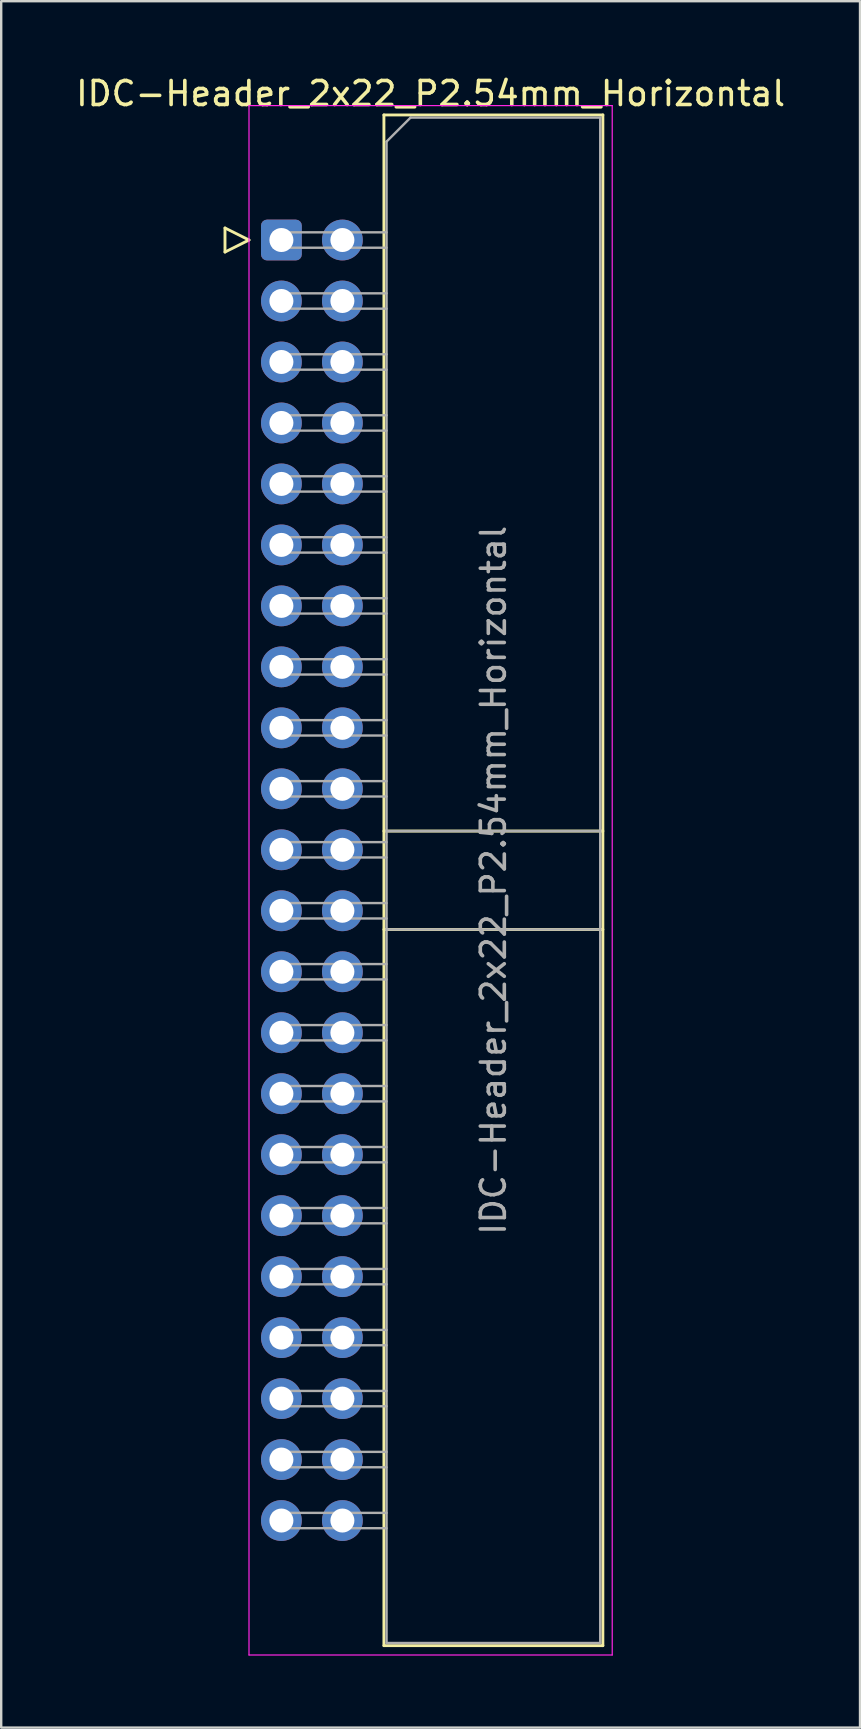
<source format=kicad_pcb>
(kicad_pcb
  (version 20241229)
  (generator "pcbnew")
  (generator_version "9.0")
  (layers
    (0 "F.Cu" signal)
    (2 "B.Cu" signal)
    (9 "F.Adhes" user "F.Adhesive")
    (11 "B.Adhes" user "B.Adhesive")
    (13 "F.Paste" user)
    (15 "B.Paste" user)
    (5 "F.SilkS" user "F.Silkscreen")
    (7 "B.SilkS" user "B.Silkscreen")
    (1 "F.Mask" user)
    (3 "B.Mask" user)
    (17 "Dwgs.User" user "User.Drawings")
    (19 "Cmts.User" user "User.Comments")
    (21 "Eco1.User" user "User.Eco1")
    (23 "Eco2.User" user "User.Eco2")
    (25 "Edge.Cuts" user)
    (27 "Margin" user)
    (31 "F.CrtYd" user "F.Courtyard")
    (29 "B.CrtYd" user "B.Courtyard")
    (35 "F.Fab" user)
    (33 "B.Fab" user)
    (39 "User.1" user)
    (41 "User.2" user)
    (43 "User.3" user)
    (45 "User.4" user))
  (footprint "IDC-Header_2x22_P2.54mm_Horizontal"
    (layer "F.Cu")
    (at 8.672 6.948)
    (property "Reference" "IDC-Header_2x22_P2.54mm_Horizontal" (at 6.215 -6.1 0) (layer "F.SilkS") (effects (font (size 1 1) (thickness 0.15))))
    (attr through_hole)
    (fp_line (start -2.35 -0.5) (end -2.35 0.5) (stroke (width 0.12) (type solid)) (layer "F.SilkS"))
    (fp_line (start -2.35 0.5) (end -1.35 0) (stroke (width 0.12) (type solid)) (layer "F.SilkS"))
    (fp_line (start -1.35 0) (end -2.35 -0.5) (stroke (width 0.12) (type solid)) (layer "F.SilkS"))
    (fp_line (start 4.27 -5.21) (end 13.39 -5.21) (stroke (width 0.12) (type solid)) (layer "F.SilkS"))
    (fp_line (start 4.27 24.62) (end 13.39 24.62) (stroke (width 0.12) (type solid)) (layer "F.SilkS"))
    (fp_line (start 4.27 28.72) (end 13.39 28.72) (stroke (width 0.12) (type solid)) (layer "F.SilkS"))
    (fp_line (start 4.27 58.55) (end 4.27 -5.21) (stroke (width 0.12) (type solid)) (layer "F.SilkS"))
    (fp_line (start 13.39 -5.21) (end 13.39 58.55) (stroke (width 0.12) (type solid)) (layer "F.SilkS"))
    (fp_line (start 13.39 58.55) (end 4.27 58.55) (stroke (width 0.12) (type solid)) (layer "F.SilkS"))
    (fp_line (start -1.35 -5.6) (end -1.35 58.94) (stroke (width 0.05) (type solid)) (layer "F.CrtYd"))
    (fp_line (start -1.35 58.94) (end 13.78 58.94) (stroke (width 0.05) (type solid)) (layer "F.CrtYd"))
    (fp_line (start 13.78 -5.6) (end -1.35 -5.6) (stroke (width 0.05) (type solid)) (layer "F.CrtYd"))
    (fp_line (start 13.78 58.94) (end 13.78 -5.6) (stroke (width 0.05) (type solid)) (layer "F.CrtYd"))
    (fp_line (start -0.32 -0.32) (end -0.32 0.32) (stroke (width 0.1) (type solid)) (layer "F.Fab"))
    (fp_line (start -0.32 0.32) (end 4.38 0.32) (stroke (width 0.1) (type solid)) (layer "F.Fab"))
    (fp_line (start -0.32 2.22) (end -0.32 2.86) (stroke (width 0.1) (type solid)) (layer "F.Fab"))
    (fp_line (start -0.32 2.86) (end 4.38 2.86) (stroke (width 0.1) (type solid)) (layer "F.Fab"))
    (fp_line (start -0.32 4.76) (end -0.32 5.4) (stroke (width 0.1) (type solid)) (layer "F.Fab"))
    (fp_line (start -0.32 5.4) (end 4.38 5.4) (stroke (width 0.1) (type solid)) (layer "F.Fab"))
    (fp_line (start -0.32 7.3) (end -0.32 7.94) (stroke (width 0.1) (type solid)) (layer "F.Fab"))
    (fp_line (start -0.32 7.94) (end 4.38 7.94) (stroke (width 0.1) (type solid)) (layer "F.Fab"))
    (fp_line (start -0.32 9.84) (end -0.32 10.48) (stroke (width 0.1) (type solid)) (layer "F.Fab"))
    (fp_line (start -0.32 10.48) (end 4.38 10.48) (stroke (width 0.1) (type solid)) (layer "F.Fab"))
    (fp_line (start -0.32 12.38) (end -0.32 13.02) (stroke (width 0.1) (type solid)) (layer "F.Fab"))
    (fp_line (start -0.32 13.02) (end 4.38 13.02) (stroke (width 0.1) (type solid)) (layer "F.Fab"))
    (fp_line (start -0.32 14.92) (end -0.32 15.56) (stroke (width 0.1) (type solid)) (layer "F.Fab"))
    (fp_line (start -0.32 15.56) (end 4.38 15.56) (stroke (width 0.1) (type solid)) (layer "F.Fab"))
    (fp_line (start -0.32 17.46) (end -0.32 18.1) (stroke (width 0.1) (type solid)) (layer "F.Fab"))
    (fp_line (start -0.32 18.1) (end 4.38 18.1) (stroke (width 0.1) (type solid)) (layer "F.Fab"))
    (fp_line (start -0.32 20) (end -0.32 20.64) (stroke (width 0.1) (type solid)) (layer "F.Fab"))
    (fp_line (start -0.32 20.64) (end 4.38 20.64) (stroke (width 0.1) (type solid)) (layer "F.Fab"))
    (fp_line (start -0.32 22.54) (end -0.32 23.18) (stroke (width 0.1) (type solid)) (layer "F.Fab"))
    (fp_line (start -0.32 23.18) (end 4.38 23.18) (stroke (width 0.1) (type solid)) (layer "F.Fab"))
    (fp_line (start -0.32 25.08) (end -0.32 25.72) (stroke (width 0.1) (type solid)) (layer "F.Fab"))
    (fp_line (start -0.32 25.72) (end 4.38 25.72) (stroke (width 0.1) (type solid)) (layer "F.Fab"))
    (fp_line (start -0.32 27.62) (end -0.32 28.26) (stroke (width 0.1) (type solid)) (layer "F.Fab"))
    (fp_line (start -0.32 28.26) (end 4.38 28.26) (stroke (width 0.1) (type solid)) (layer "F.Fab"))
    (fp_line (start -0.32 30.16) (end -0.32 30.8) (stroke (width 0.1) (type solid)) (layer "F.Fab"))
    (fp_line (start -0.32 30.8) (end 4.38 30.8) (stroke (width 0.1) (type solid)) (layer "F.Fab"))
    (fp_line (start -0.32 32.7) (end -0.32 33.34) (stroke (width 0.1) (type solid)) (layer "F.Fab"))
    (fp_line (start -0.32 33.34) (end 4.38 33.34) (stroke (width 0.1) (type solid)) (layer "F.Fab"))
    (fp_line (start -0.32 35.24) (end -0.32 35.88) (stroke (width 0.1) (type solid)) (layer "F.Fab"))
    (fp_line (start -0.32 35.88) (end 4.38 35.88) (stroke (width 0.1) (type solid)) (layer "F.Fab"))
    (fp_line (start -0.32 37.78) (end -0.32 38.42) (stroke (width 0.1) (type solid)) (layer "F.Fab"))
    (fp_line (start -0.32 38.42) (end 4.38 38.42) (stroke (width 0.1) (type solid)) (layer "F.Fab"))
    (fp_line (start -0.32 40.32) (end -0.32 40.96) (stroke (width 0.1) (type solid)) (layer "F.Fab"))
    (fp_line (start -0.32 40.96) (end 4.38 40.96) (stroke (width 0.1) (type solid)) (layer "F.Fab"))
    (fp_line (start -0.32 42.86) (end -0.32 43.5) (stroke (width 0.1) (type solid)) (layer "F.Fab"))
    (fp_line (start -0.32 43.5) (end 4.38 43.5) (stroke (width 0.1) (type solid)) (layer "F.Fab"))
    (fp_line (start -0.32 45.4) (end -0.32 46.04) (stroke (width 0.1) (type solid)) (layer "F.Fab"))
    (fp_line (start -0.32 46.04) (end 4.38 46.04) (stroke (width 0.1) (type solid)) (layer "F.Fab"))
    (fp_line (start -0.32 47.94) (end -0.32 48.58) (stroke (width 0.1) (type solid)) (layer "F.Fab"))
    (fp_line (start -0.32 48.58) (end 4.38 48.58) (stroke (width 0.1) (type solid)) (layer "F.Fab"))
    (fp_line (start -0.32 50.48) (end -0.32 51.12) (stroke (width 0.1) (type solid)) (layer "F.Fab"))
    (fp_line (start -0.32 51.12) (end 4.38 51.12) (stroke (width 0.1) (type solid)) (layer "F.Fab"))
    (fp_line (start -0.32 53.02) (end -0.32 53.66) (stroke (width 0.1) (type solid)) (layer "F.Fab"))
    (fp_line (start -0.32 53.66) (end 4.38 53.66) (stroke (width 0.1) (type solid)) (layer "F.Fab"))
    (fp_line (start 4.38 -4.1) (end 5.38 -5.1) (stroke (width 0.1) (type solid)) (layer "F.Fab"))
    (fp_line (start 4.38 -0.32) (end -0.32 -0.32) (stroke (width 0.1) (type solid)) (layer "F.Fab"))
    (fp_line (start 4.38 2.22) (end -0.32 2.22) (stroke (width 0.1) (type solid)) (layer "F.Fab"))
    (fp_line (start 4.38 4.76) (end -0.32 4.76) (stroke (width 0.1) (type solid)) (layer "F.Fab"))
    (fp_line (start 4.38 7.3) (end -0.32 7.3) (stroke (width 0.1) (type solid)) (layer "F.Fab"))
    (fp_line (start 4.38 9.84) (end -0.32 9.84) (stroke (width 0.1) (type solid)) (layer "F.Fab"))
    (fp_line (start 4.38 12.38) (end -0.32 12.38) (stroke (width 0.1) (type solid)) (layer "F.Fab"))
    (fp_line (start 4.38 14.92) (end -0.32 14.92) (stroke (width 0.1) (type solid)) (layer "F.Fab"))
    (fp_line (start 4.38 17.46) (end -0.32 17.46) (stroke (width 0.1) (type solid)) (layer "F.Fab"))
    (fp_line (start 4.38 20) (end -0.32 20) (stroke (width 0.1) (type solid)) (layer "F.Fab"))
    (fp_line (start 4.38 22.54) (end -0.32 22.54) (stroke (width 0.1) (type solid)) (layer "F.Fab"))
    (fp_line (start 4.38 24.62) (end 13.28 24.62) (stroke (width 0.1) (type solid)) (layer "F.Fab"))
    (fp_line (start 4.38 25.08) (end -0.32 25.08) (stroke (width 0.1) (type solid)) (layer "F.Fab"))
    (fp_line (start 4.38 27.62) (end -0.32 27.62) (stroke (width 0.1) (type solid)) (layer "F.Fab"))
    (fp_line (start 4.38 28.72) (end 13.28 28.72) (stroke (width 0.1) (type solid)) (layer "F.Fab"))
    (fp_line (start 4.38 30.16) (end -0.32 30.16) (stroke (width 0.1) (type solid)) (layer "F.Fab"))
    (fp_line (start 4.38 32.7) (end -0.32 32.7) (stroke (width 0.1) (type solid)) (layer "F.Fab"))
    (fp_line (start 4.38 35.24) (end -0.32 35.24) (stroke (width 0.1) (type solid)) (layer "F.Fab"))
    (fp_line (start 4.38 37.78) (end -0.32 37.78) (stroke (width 0.1) (type solid)) (layer "F.Fab"))
    (fp_line (start 4.38 40.32) (end -0.32 40.32) (stroke (width 0.1) (type solid)) (layer "F.Fab"))
    (fp_line (start 4.38 42.86) (end -0.32 42.86) (stroke (width 0.1) (type solid)) (layer "F.Fab"))
    (fp_line (start 4.38 45.4) (end -0.32 45.4) (stroke (width 0.1) (type solid)) (layer "F.Fab"))
    (fp_line (start 4.38 47.94) (end -0.32 47.94) (stroke (width 0.1) (type solid)) (layer "F.Fab"))
    (fp_line (start 4.38 50.48) (end -0.32 50.48) (stroke (width 0.1) (type solid)) (layer "F.Fab"))
    (fp_line (start 4.38 53.02) (end -0.32 53.02) (stroke (width 0.1) (type solid)) (layer "F.Fab"))
    (fp_line (start 4.38 58.44) (end 4.38 -4.1) (stroke (width 0.1) (type solid)) (layer "F.Fab"))
    (fp_line (start 5.38 -5.1) (end 13.28 -5.1) (stroke (width 0.1) (type solid)) (layer "F.Fab"))
    (fp_line (start 13.28 -5.1) (end 13.28 58.44) (stroke (width 0.1) (type solid)) (layer "F.Fab"))
    (fp_line (start 13.28 58.44) (end 4.38 58.44) (stroke (width 0.1) (type solid)) (layer "F.Fab"))
    (fp_text user "${REFERENCE}" (at 8.83 26.67 90) (layer "F.Fab") (effects (font (size 1 1) (thickness 0.15))))
    (pad "1" thru_hole roundrect (at 0 0) (size 1.7 1.7) (drill 1) (layers "*.Cu" "*.Mask") (roundrect_rratio 0.147))
    (pad "2" thru_hole circle (at 0 2.54) (size 1.7 1.7) (drill 1) (layers "*.Cu" "*.Mask"))
    (pad "3" thru_hole circle (at 0 5.08) (size 1.7 1.7) (drill 1) (layers "*.Cu" "*.Mask"))
    (pad "4" thru_hole circle (at 0 7.62) (size 1.7 1.7) (drill 1) (layers "*.Cu" "*.Mask"))
    (pad "5" thru_hole circle (at 0 10.16) (size 1.7 1.7) (drill 1) (layers "*.Cu" "*.Mask"))
    (pad "6" thru_hole circle (at 0 12.7) (size 1.7 1.7) (drill 1) (layers "*.Cu" "*.Mask"))
    (pad "7" thru_hole circle (at 0 15.24) (size 1.7 1.7) (drill 1) (layers "*.Cu" "*.Mask"))
    (pad "8" thru_hole circle (at 0 17.78) (size 1.7 1.7) (drill 1) (layers "*.Cu" "*.Mask"))
    (pad "9" thru_hole circle (at 0 20.32) (size 1.7 1.7) (drill 1) (layers "*.Cu" "*.Mask"))
    (pad "10" thru_hole circle (at 0 22.86) (size 1.7 1.7) (drill 1) (layers "*.Cu" "*.Mask"))
    (pad "11" thru_hole circle (at 0 25.4) (size 1.7 1.7) (drill 1) (layers "*.Cu" "*.Mask"))
    (pad "12" thru_hole circle (at 0 27.94) (size 1.7 1.7) (drill 1) (layers "*.Cu" "*.Mask"))
    (pad "13" thru_hole circle (at 0 30.48) (size 1.7 1.7) (drill 1) (layers "*.Cu" "*.Mask"))
    (pad "14" thru_hole circle (at 0 33.02) (size 1.7 1.7) (drill 1) (layers "*.Cu" "*.Mask"))
    (pad "15" thru_hole circle (at 0 35.56) (size 1.7 1.7) (drill 1) (layers "*.Cu" "*.Mask"))
    (pad "16" thru_hole circle (at 0 38.1) (size 1.7 1.7) (drill 1) (layers "*.Cu" "*.Mask"))
    (pad "17" thru_hole circle (at 0 40.64) (size 1.7 1.7) (drill 1) (layers "*.Cu" "*.Mask"))
    (pad "18" thru_hole circle (at 0 43.18) (size 1.7 1.7) (drill 1) (layers "*.Cu" "*.Mask"))
    (pad "19" thru_hole circle (at 0 45.72) (size 1.7 1.7) (drill 1) (layers "*.Cu" "*.Mask"))
    (pad "20" thru_hole circle (at 0 48.26) (size 1.7 1.7) (drill 1) (layers "*.Cu" "*.Mask"))
    (pad "21" thru_hole circle (at 0 50.8) (size 1.7 1.7) (drill 1) (layers "*.Cu" "*.Mask"))
    (pad "22" thru_hole circle (at 0 53.34) (size 1.7 1.7) (drill 1) (layers "*.Cu" "*.Mask"))
    (pad "A" thru_hole circle (at 2.54 0) (size 1.7 1.7) (drill 1) (layers "*.Cu" "*.Mask"))
    (pad "B" thru_hole circle (at 2.54 2.54) (size 1.7 1.7) (drill 1) (layers "*.Cu" "*.Mask"))
    (pad "C" thru_hole circle (at 2.54 5.08) (size 1.7 1.7) (drill 1) (layers "*.Cu" "*.Mask"))
    (pad "D" thru_hole circle (at 2.54 7.62) (size 1.7 1.7) (drill 1) (layers "*.Cu" "*.Mask"))
    (pad "E" thru_hole circle (at 2.54 10.16) (size 1.7 1.7) (drill 1) (layers "*.Cu" "*.Mask"))
    (pad "F" thru_hole circle (at 2.54 12.7) (size 1.7 1.7) (drill 1) (layers "*.Cu" "*.Mask"))
    (pad "H" thru_hole circle (at 2.54 15.24) (size 1.7 1.7) (drill 1) (layers "*.Cu" "*.Mask"))
    (pad "J" thru_hole circle (at 2.54 17.78) (size 1.7 1.7) (drill 1) (layers "*.Cu" "*.Mask"))
    (pad "K" thru_hole circle (at 2.54 20.32) (size 1.7 1.7) (drill 1) (layers "*.Cu" "*.Mask"))
    (pad "L" thru_hole circle (at 2.54 22.86) (size 1.7 1.7) (drill 1) (layers "*.Cu" "*.Mask"))
    (pad "M" thru_hole circle (at 2.54 25.4) (size 1.7 1.7) (drill 1) (layers "*.Cu" "*.Mask"))
    (pad "N" thru_hole circle (at 2.54 27.94) (size 1.7 1.7) (drill 1) (layers "*.Cu" "*.Mask"))
    (pad "P" thru_hole circle (at 2.54 30.48) (size 1.7 1.7) (drill 1) (layers "*.Cu" "*.Mask"))
    (pad "R" thru_hole circle (at 2.54 33.02) (size 1.7 1.7) (drill 1) (layers "*.Cu" "*.Mask"))
    (pad "S" thru_hole circle (at 2.54 35.56) (size 1.7 1.7) (drill 1) (layers "*.Cu" "*.Mask"))
    (pad "T" thru_hole circle (at 2.54 38.1) (size 1.7 1.7) (drill 1) (layers "*.Cu" "*.Mask"))
    (pad "U" thru_hole circle (at 2.54 40.64) (size 1.7 1.7) (drill 1) (layers "*.Cu" "*.Mask"))
    (pad "V" thru_hole circle (at 2.54 43.18) (size 1.7 1.7) (drill 1) (layers "*.Cu" "*.Mask"))
    (pad "W" thru_hole circle (at 2.54 45.72) (size 1.7 1.7) (drill 1) (layers "*.Cu" "*.Mask"))
    (pad "X" thru_hole circle (at 2.54 48.26) (size 1.7 1.7) (drill 1) (layers "*.Cu" "*.Mask"))
    (pad "Y" thru_hole circle (at 2.54 50.8) (size 1.7 1.7) (drill 1) (layers "*.Cu" "*.Mask"))
    (pad "Z" thru_hole circle (at 2.54 53.34) (size 1.7 1.7) (drill 1) (layers "*.Cu" "*.Mask")))
  (gr_rect
    (start -3 -3)
    (end 32.774 68.913)
    (stroke (width 0.1) (type default))
    (fill no)
    (layer "Edge.Cuts")))
</source>
